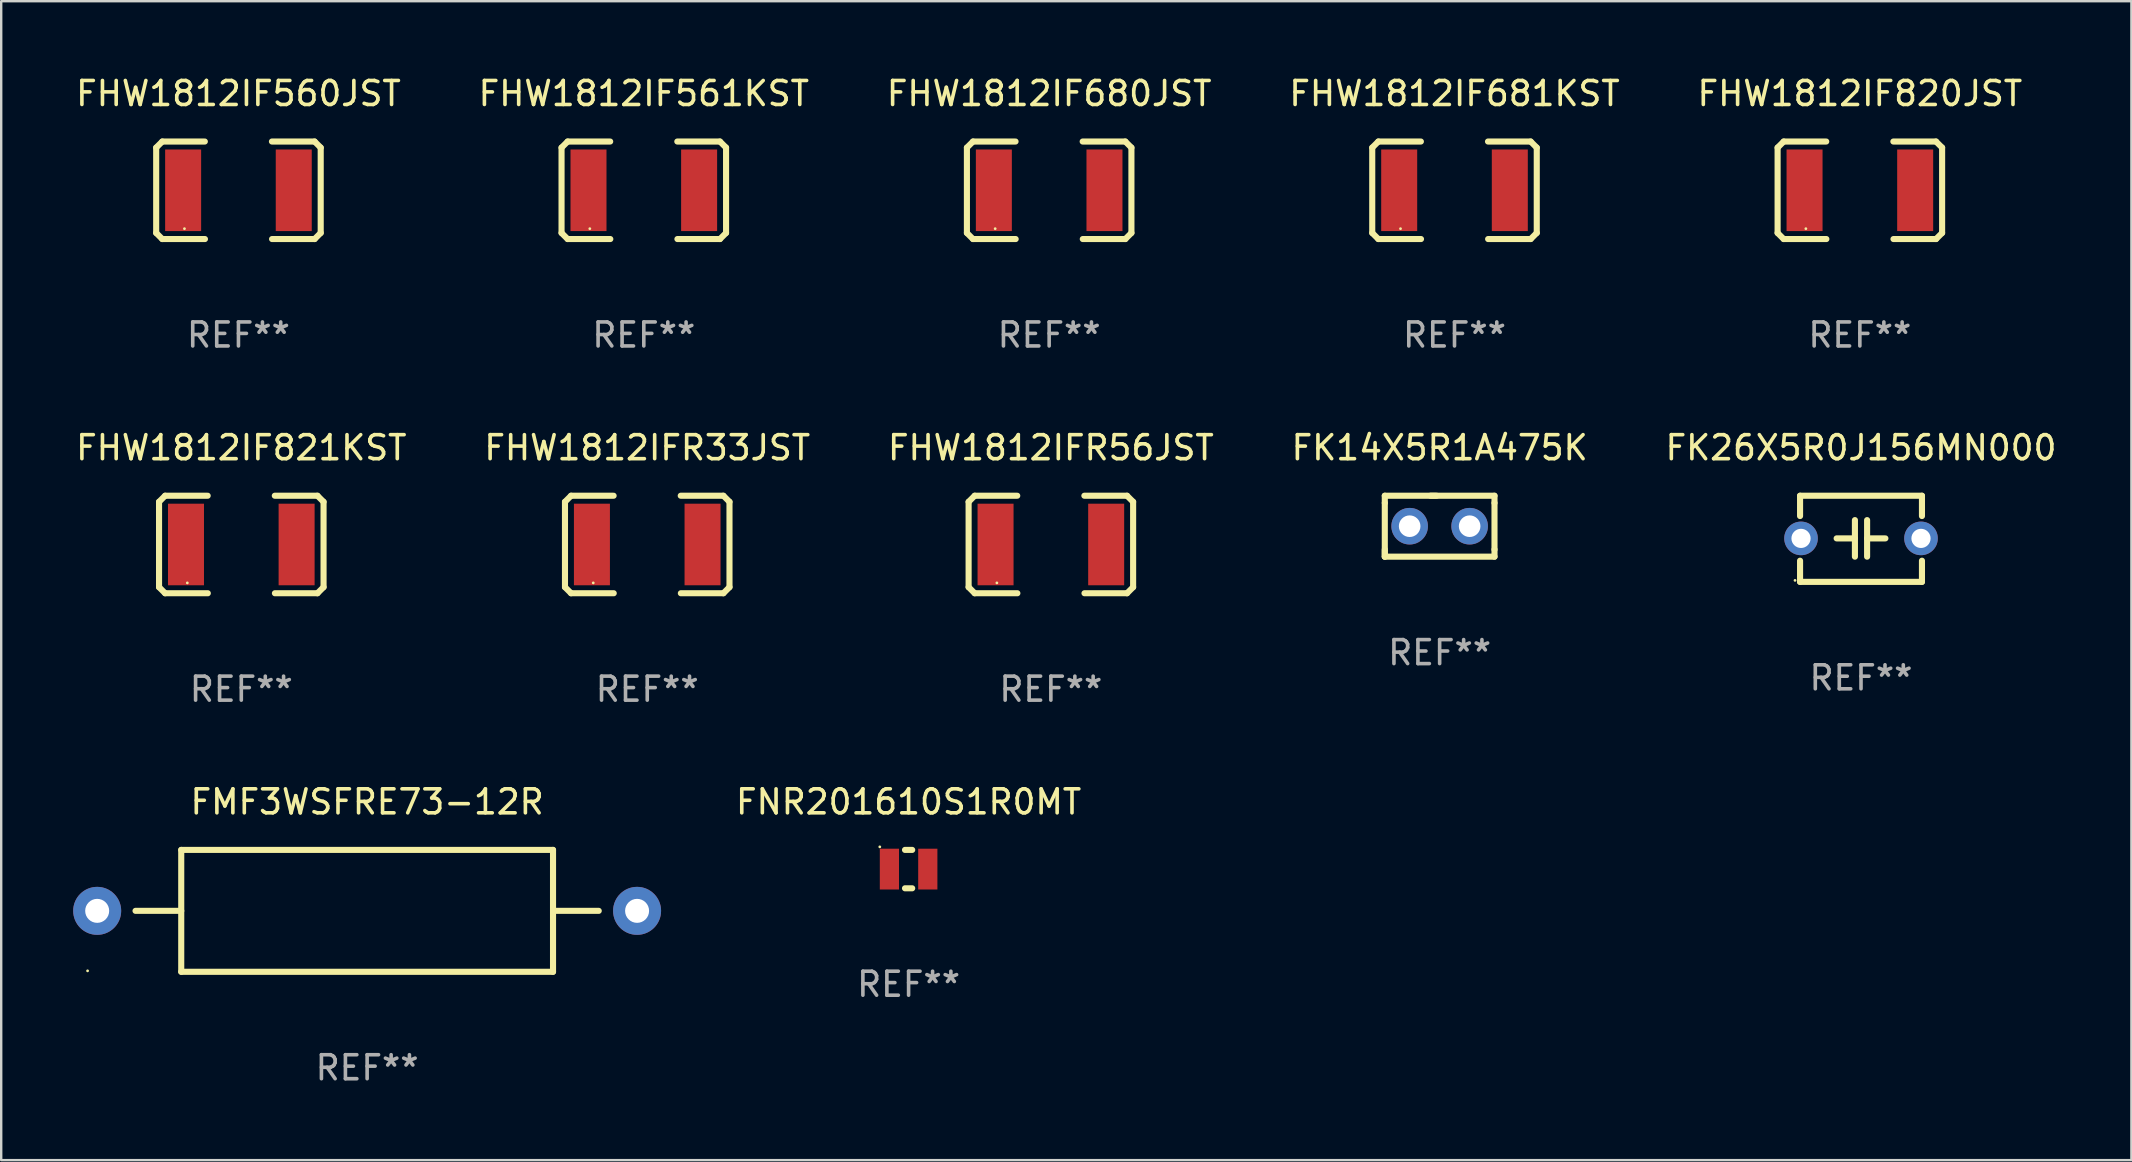
<source format=kicad_pcb>
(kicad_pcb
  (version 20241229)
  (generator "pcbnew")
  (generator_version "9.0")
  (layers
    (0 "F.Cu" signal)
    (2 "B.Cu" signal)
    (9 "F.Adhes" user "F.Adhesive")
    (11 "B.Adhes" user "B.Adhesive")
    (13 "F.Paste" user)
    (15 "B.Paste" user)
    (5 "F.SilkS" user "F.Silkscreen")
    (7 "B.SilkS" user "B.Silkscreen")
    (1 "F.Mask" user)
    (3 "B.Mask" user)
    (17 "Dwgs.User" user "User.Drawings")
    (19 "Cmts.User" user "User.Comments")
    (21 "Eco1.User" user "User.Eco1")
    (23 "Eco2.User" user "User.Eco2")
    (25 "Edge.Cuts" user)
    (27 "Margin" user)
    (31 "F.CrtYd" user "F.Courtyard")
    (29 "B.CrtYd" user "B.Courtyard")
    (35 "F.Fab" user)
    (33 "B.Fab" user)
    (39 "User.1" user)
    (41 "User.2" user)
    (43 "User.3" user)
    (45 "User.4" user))
  (footprint "FK26X5R0J156MN000"
    (layer "F.Cu")
    (at 74.506 19.404)
    (property "Reference" "FK26X5R0J156MN000" (at 0 -3.795 0) (layer "F.SilkS") (effects (font (size 1 1) (thickness 0.15))))
    (attr through_hole)
    (fp_line (start -2.54 -1.795) (end 2.54 -1.795) (stroke (width 0.254) (type solid)) (layer "F.SilkS"))
    (fp_line (start -2.54 -0.948) (end -2.54 -1.795) (stroke (width 0.254) (type solid)) (layer "F.SilkS"))
    (fp_line (start -2.54 1.795) (end -2.54 0.913) (stroke (width 0.254) (type solid)) (layer "F.SilkS"))
    (fp_line (start -1.016 -0.017) (end -0.254 -0.017) (stroke (width 0.254) (type solid)) (layer "F.SilkS"))
    (fp_line (start -0.254 0.745) (end -0.254 -0.779) (stroke (width 0.254) (type solid)) (layer "F.SilkS"))
    (fp_line (start 0.254 -0.779) (end 0.254 0.745) (stroke (width 0.254) (type solid)) (layer "F.SilkS"))
    (fp_line (start 1.016 -0.017) (end 0.254 -0.017) (stroke (width 0.254) (type solid)) (layer "F.SilkS"))
    (fp_line (start 2.54 -1.795) (end 2.54 -0.948) (stroke (width 0.254) (type solid)) (layer "F.SilkS"))
    (fp_line (start 2.54 1.795) (end -2.54 1.795) (stroke (width 0.254) (type solid)) (layer "F.SilkS"))
    (fp_line (start 2.54 1.795) (end 2.54 0.913) (stroke (width 0.254) (type solid)) (layer "F.SilkS"))
    (fp_circle (center -2.75 1.733) (end -2.72 1.733) (stroke (width 0.06) (type solid)) (fill no) (layer "F.SilkS"))
    (fp_text user "REF**" (at 0 5.795 0) (layer "F.Fab") (effects (font (size 1 1) (thickness 0.15))))
    (pad "1" thru_hole circle (at -2.5 -0.017) (size 1.4 1.4) (drill 0.8) (layers "*.Cu" "*.Mask"))
    (pad "2" thru_hole circle (at 2.5 -0.017) (size 1.4 1.4) (drill 0.8) (layers "*.Cu" "*.Mask")))
  (footprint "FHW1812IF821KST"
    (layer "F.Cu")
    (at 7.006 19.641)
    (property "Reference" "FHW1812IF821KST" (at 0 -4.032 0) (layer "F.SilkS") (effects (font (size 1 1) (thickness 0.15))))
    (attr through_hole)
    (fp_line (start -3.428 -1.778) (end -3.174 -2.032) (stroke (width 0.254) (type solid)) (layer "F.SilkS"))
    (fp_line (start -3.428 1.778) (end -3.428 -1.778) (stroke (width 0.254) (type solid)) (layer "F.SilkS"))
    (fp_line (start -3.174 -2.032) (end -1.401 -2.032) (stroke (width 0.254) (type solid)) (layer "F.SilkS"))
    (fp_line (start -3.174 2.032) (end -3.428 1.778) (stroke (width 0.254) (type solid)) (layer "F.SilkS"))
    (fp_line (start -1.396 2.032) (end -3.174 2.032) (stroke (width 0.254) (type solid)) (layer "F.SilkS"))
    (fp_line (start 1.396 -2.032) (end 3.174 -2.032) (stroke (width 0.254) (type solid)) (layer "F.SilkS"))
    (fp_line (start 3.174 -2.032) (end 3.428 -1.778) (stroke (width 0.254) (type solid)) (layer "F.SilkS"))
    (fp_line (start 3.174 2.032) (end 1.401 2.032) (stroke (width 0.254) (type solid)) (layer "F.SilkS"))
    (fp_line (start 3.428 -1.778) (end 3.428 1.778) (stroke (width 0.254) (type solid)) (layer "F.SilkS"))
    (fp_line (start 3.428 1.778) (end 3.174 2.032) (stroke (width 0.254) (type solid)) (layer "F.SilkS"))
    (fp_circle (center -2.25 1.6) (end -2.22 1.6) (stroke (width 0.06) (type solid)) (fill no) (layer "F.SilkS"))
    (fp_text user "REF**" (at 0 6.032 0) (layer "F.Fab") (effects (font (size 1 1) (thickness 0.15))))
    (pad "1" smd rect (at -2.305 0) (size 1.5 3.4) (layers "F.Cu" "F.Mask" "F.Paste"))
    (pad "2" smd rect (at 2.305 0) (size 1.5 3.4) (layers "F.Cu" "F.Mask" "F.Paste")))
  (footprint "FHW1812IF680JST"
    (layer "F.Cu")
    (at 40.673 4.88)
    (property "Reference" "FHW1812IF680JST" (at 0 -4.032 0) (layer "F.SilkS") (effects (font (size 1 1) (thickness 0.15))))
    (attr through_hole)
    (fp_line (start -3.428 -1.778) (end -3.174 -2.032) (stroke (width 0.254) (type solid)) (layer "F.SilkS"))
    (fp_line (start -3.428 1.778) (end -3.428 -1.778) (stroke (width 0.254) (type solid)) (layer "F.SilkS"))
    (fp_line (start -3.174 -2.032) (end -1.401 -2.032) (stroke (width 0.254) (type solid)) (layer "F.SilkS"))
    (fp_line (start -3.174 2.032) (end -3.428 1.778) (stroke (width 0.254) (type solid)) (layer "F.SilkS"))
    (fp_line (start -1.396 2.032) (end -3.174 2.032) (stroke (width 0.254) (type solid)) (layer "F.SilkS"))
    (fp_line (start 1.396 -2.032) (end 3.174 -2.032) (stroke (width 0.254) (type solid)) (layer "F.SilkS"))
    (fp_line (start 3.174 -2.032) (end 3.428 -1.778) (stroke (width 0.254) (type solid)) (layer "F.SilkS"))
    (fp_line (start 3.174 2.032) (end 1.401 2.032) (stroke (width 0.254) (type solid)) (layer "F.SilkS"))
    (fp_line (start 3.428 -1.778) (end 3.428 1.778) (stroke (width 0.254) (type solid)) (layer "F.SilkS"))
    (fp_line (start 3.428 1.778) (end 3.174 2.032) (stroke (width 0.254) (type solid)) (layer "F.SilkS"))
    (fp_circle (center -2.25 1.6) (end -2.22 1.6) (stroke (width 0.06) (type solid)) (fill no) (layer "F.SilkS"))
    (fp_text user "REF**" (at 0 6.032 0) (layer "F.Fab") (effects (font (size 1 1) (thickness 0.15))))
    (pad "1" smd rect (at -2.305 0) (size 1.5 3.4) (layers "F.Cu" "F.Mask" "F.Paste"))
    (pad "2" smd rect (at 2.305 0) (size 1.5 3.4) (layers "F.Cu" "F.Mask" "F.Paste")))
  (footprint "FK14X5R1A475K"
    (layer "F.Cu")
    (at 56.946 18.879)
    (property "Reference" "FK14X5R1A475K" (at 0 -3.27 0) (layer "F.SilkS") (effects (font (size 1 1) (thickness 0.15))))
    (attr through_hole)
    (fp_line (start -2.286 -1.27) (end -0.127 -1.27) (stroke (width 0.254) (type solid)) (layer "F.SilkS"))
    (fp_line (start -2.286 -0.97) (end -2.286 -1.27) (stroke (width 0.254) (type solid)) (layer "F.SilkS"))
    (fp_line (start -2.286 -0.97) (end -2.286 1.27) (stroke (width 0.254) (type solid)) (layer "F.SilkS"))
    (fp_line (start -2.286 1.27) (end -2.286 0.97) (stroke (width 0.254) (type solid)) (layer "F.SilkS"))
    (fp_line (start -0.381 -1.27) (end 2.286 -1.27) (stroke (width 0.254) (type solid)) (layer "F.SilkS"))
    (fp_line (start 2.286 -1.27) (end 2.286 -0.97) (stroke (width 0.254) (type solid)) (layer "F.SilkS"))
    (fp_line (start 2.286 0.97) (end 2.286 -0.97) (stroke (width 0.254) (type solid)) (layer "F.SilkS"))
    (fp_line (start 2.286 0.97) (end 2.286 1.27) (stroke (width 0.254) (type solid)) (layer "F.SilkS"))
    (fp_line (start 2.286 1.27) (end -2.286 1.27) (stroke (width 0.254) (type solid)) (layer "F.SilkS"))
    (fp_circle (center -2.25 1.25) (end -2.22 1.25) (stroke (width 0.06) (type solid)) (fill no) (layer "F.SilkS"))
    (fp_text user "REF**" (at 0 5.27 0) (layer "F.Fab") (effects (font (size 1 1) (thickness 0.15))))
    (pad "1" thru_hole circle (at -1.25 0) (size 1.524 1.524) (drill 0.9) (layers "*.Cu" "*.Mask"))
    (pad "2" thru_hole circle (at 1.25 0) (size 1.524 1.524) (drill 0.9) (layers "*.Cu" "*.Mask")))
  (footprint "FHW1812IFR56JST"
    (layer "F.Cu")
    (at 40.744 19.641)
    (property "Reference" "FHW1812IFR56JST" (at 0 -4.032 0) (layer "F.SilkS") (effects (font (size 1 1) (thickness 0.15))))
    (attr through_hole)
    (fp_line (start -3.428 -1.778) (end -3.174 -2.032) (stroke (width 0.254) (type solid)) (layer "F.SilkS"))
    (fp_line (start -3.428 1.778) (end -3.428 -1.778) (stroke (width 0.254) (type solid)) (layer "F.SilkS"))
    (fp_line (start -3.174 -2.032) (end -1.401 -2.032) (stroke (width 0.254) (type solid)) (layer "F.SilkS"))
    (fp_line (start -3.174 2.032) (end -3.428 1.778) (stroke (width 0.254) (type solid)) (layer "F.SilkS"))
    (fp_line (start -1.396 2.032) (end -3.174 2.032) (stroke (width 0.254) (type solid)) (layer "F.SilkS"))
    (fp_line (start 1.396 -2.032) (end 3.174 -2.032) (stroke (width 0.254) (type solid)) (layer "F.SilkS"))
    (fp_line (start 3.174 -2.032) (end 3.428 -1.778) (stroke (width 0.254) (type solid)) (layer "F.SilkS"))
    (fp_line (start 3.174 2.032) (end 1.401 2.032) (stroke (width 0.254) (type solid)) (layer "F.SilkS"))
    (fp_line (start 3.428 -1.778) (end 3.428 1.778) (stroke (width 0.254) (type solid)) (layer "F.SilkS"))
    (fp_line (start 3.428 1.778) (end 3.174 2.032) (stroke (width 0.254) (type solid)) (layer "F.SilkS"))
    (fp_circle (center -2.25 1.6) (end -2.22 1.6) (stroke (width 0.06) (type solid)) (fill no) (layer "F.SilkS"))
    (fp_text user "REF**" (at 0 6.032 0) (layer "F.Fab") (effects (font (size 1 1) (thickness 0.15))))
    (pad "1" smd rect (at -2.305 0) (size 1.5 3.4) (layers "F.Cu" "F.Mask" "F.Paste"))
    (pad "2" smd rect (at 2.305 0) (size 1.5 3.4) (layers "F.Cu" "F.Mask" "F.Paste")))
  (footprint "FHW1812IF560JST"
    (layer "F.Cu")
    (at 6.887 4.88)
    (property "Reference" "FHW1812IF560JST" (at 0 -4.032 0) (layer "F.SilkS") (effects (font (size 1 1) (thickness 0.15))))
    (attr through_hole)
    (fp_line (start -3.428 -1.778) (end -3.174 -2.032) (stroke (width 0.254) (type solid)) (layer "F.SilkS"))
    (fp_line (start -3.428 1.778) (end -3.428 -1.778) (stroke (width 0.254) (type solid)) (layer "F.SilkS"))
    (fp_line (start -3.174 -2.032) (end -1.401 -2.032) (stroke (width 0.254) (type solid)) (layer "F.SilkS"))
    (fp_line (start -3.174 2.032) (end -3.428 1.778) (stroke (width 0.254) (type solid)) (layer "F.SilkS"))
    (fp_line (start -1.396 2.032) (end -3.174 2.032) (stroke (width 0.254) (type solid)) (layer "F.SilkS"))
    (fp_line (start 1.396 -2.032) (end 3.174 -2.032) (stroke (width 0.254) (type solid)) (layer "F.SilkS"))
    (fp_line (start 3.174 -2.032) (end 3.428 -1.778) (stroke (width 0.254) (type solid)) (layer "F.SilkS"))
    (fp_line (start 3.174 2.032) (end 1.401 2.032) (stroke (width 0.254) (type solid)) (layer "F.SilkS"))
    (fp_line (start 3.428 -1.778) (end 3.428 1.778) (stroke (width 0.254) (type solid)) (layer "F.SilkS"))
    (fp_line (start 3.428 1.778) (end 3.174 2.032) (stroke (width 0.254) (type solid)) (layer "F.SilkS"))
    (fp_circle (center -2.25 1.6) (end -2.22 1.6) (stroke (width 0.06) (type solid)) (fill no) (layer "F.SilkS"))
    (fp_text user "REF**" (at 0 6.032 0) (layer "F.Fab") (effects (font (size 1 1) (thickness 0.15))))
    (pad "1" smd rect (at -2.305 0) (size 1.5 3.4) (layers "F.Cu" "F.Mask" "F.Paste"))
    (pad "2" smd rect (at 2.305 0) (size 1.5 3.4) (layers "F.Cu" "F.Mask" "F.Paste")))
  (footprint "FHW1812IF820JST"
    (layer "F.Cu")
    (at 74.458 4.88)
    (property "Reference" "FHW1812IF820JST" (at 0 -4.032 0) (layer "F.SilkS") (effects (font (size 1 1) (thickness 0.15))))
    (attr through_hole)
    (fp_line (start -3.428 -1.778) (end -3.174 -2.032) (stroke (width 0.254) (type solid)) (layer "F.SilkS"))
    (fp_line (start -3.428 1.778) (end -3.428 -1.778) (stroke (width 0.254) (type solid)) (layer "F.SilkS"))
    (fp_line (start -3.174 -2.032) (end -1.401 -2.032) (stroke (width 0.254) (type solid)) (layer "F.SilkS"))
    (fp_line (start -3.174 2.032) (end -3.428 1.778) (stroke (width 0.254) (type solid)) (layer "F.SilkS"))
    (fp_line (start -1.396 2.032) (end -3.174 2.032) (stroke (width 0.254) (type solid)) (layer "F.SilkS"))
    (fp_line (start 1.396 -2.032) (end 3.174 -2.032) (stroke (width 0.254) (type solid)) (layer "F.SilkS"))
    (fp_line (start 3.174 -2.032) (end 3.428 -1.778) (stroke (width 0.254) (type solid)) (layer "F.SilkS"))
    (fp_line (start 3.174 2.032) (end 1.401 2.032) (stroke (width 0.254) (type solid)) (layer "F.SilkS"))
    (fp_line (start 3.428 -1.778) (end 3.428 1.778) (stroke (width 0.254) (type solid)) (layer "F.SilkS"))
    (fp_line (start 3.428 1.778) (end 3.174 2.032) (stroke (width 0.254) (type solid)) (layer "F.SilkS"))
    (fp_circle (center -2.25 1.6) (end -2.22 1.6) (stroke (width 0.06) (type solid)) (fill no) (layer "F.SilkS"))
    (fp_text user "REF**" (at 0 6.032 0) (layer "F.Fab") (effects (font (size 1 1) (thickness 0.15))))
    (pad "1" smd rect (at -2.305 0) (size 1.5 3.4) (layers "F.Cu" "F.Mask" "F.Paste"))
    (pad "2" smd rect (at 2.305 0) (size 1.5 3.4) (layers "F.Cu" "F.Mask" "F.Paste")))
  (footprint "FNR201610S1R0MT"
    (layer "F.Cu")
    (at 34.815 33.169)
    (property "Reference" "FNR201610S1R0MT" (at 0 -2.8 0) (layer "F.SilkS") (effects (font (size 1 1) (thickness 0.15))))
    (attr through_hole)
    (fp_line (start -0.15 -0.8) (end 0.15 -0.8) (stroke (width 0.254) (type solid)) (layer "F.SilkS"))
    (fp_line (start -0.15 0.8) (end 0.15 0.8) (stroke (width 0.254) (type solid)) (layer "F.SilkS"))
    (fp_circle (center -1.2 -0.927) (end -1.17 -0.927) (stroke (width 0.06) (type solid)) (fill no) (layer "F.SilkS"))
    (fp_text user "REF**" (at 0 4.8 0) (layer "F.Fab") (effects (font (size 1 1) (thickness 0.15))))
    (pad "1" smd rect (at -0.8 -0.000127) (size 0.8 1.7) (layers "F.Cu" "F.Mask" "F.Paste"))
    (pad "2" smd rect (at 0.8 0.000127) (size 0.8 1.7) (layers "F.Cu" "F.Mask" "F.Paste")))
  (footprint "FHW1812IF681KST"
    (layer "F.Cu")
    (at 57.565 4.88)
    (property "Reference" "FHW1812IF681KST" (at 0 -4.032 0) (layer "F.SilkS") (effects (font (size 1 1) (thickness 0.15))))
    (attr through_hole)
    (fp_line (start -3.428 -1.778) (end -3.174 -2.032) (stroke (width 0.254) (type solid)) (layer "F.SilkS"))
    (fp_line (start -3.428 1.778) (end -3.428 -1.778) (stroke (width 0.254) (type solid)) (layer "F.SilkS"))
    (fp_line (start -3.174 -2.032) (end -1.401 -2.032) (stroke (width 0.254) (type solid)) (layer "F.SilkS"))
    (fp_line (start -3.174 2.032) (end -3.428 1.778) (stroke (width 0.254) (type solid)) (layer "F.SilkS"))
    (fp_line (start -1.396 2.032) (end -3.174 2.032) (stroke (width 0.254) (type solid)) (layer "F.SilkS"))
    (fp_line (start 1.396 -2.032) (end 3.174 -2.032) (stroke (width 0.254) (type solid)) (layer "F.SilkS"))
    (fp_line (start 3.174 -2.032) (end 3.428 -1.778) (stroke (width 0.254) (type solid)) (layer "F.SilkS"))
    (fp_line (start 3.174 2.032) (end 1.401 2.032) (stroke (width 0.254) (type solid)) (layer "F.SilkS"))
    (fp_line (start 3.428 -1.778) (end 3.428 1.778) (stroke (width 0.254) (type solid)) (layer "F.SilkS"))
    (fp_line (start 3.428 1.778) (end 3.174 2.032) (stroke (width 0.254) (type solid)) (layer "F.SilkS"))
    (fp_circle (center -2.25 1.6) (end -2.22 1.6) (stroke (width 0.06) (type solid)) (fill no) (layer "F.SilkS"))
    (fp_text user "REF**" (at 0 6.032 0) (layer "F.Fab") (effects (font (size 1 1) (thickness 0.15))))
    (pad "1" smd rect (at -2.305 0) (size 1.5 3.4) (layers "F.Cu" "F.Mask" "F.Paste"))
    (pad "2" smd rect (at 2.305 0) (size 1.5 3.4) (layers "F.Cu" "F.Mask" "F.Paste")))
  (footprint "FHW1812IF561KST"
    (layer "F.Cu")
    (at 23.78 4.88)
    (property "Reference" "FHW1812IF561KST" (at 0 -4.032 0) (layer "F.SilkS") (effects (font (size 1 1) (thickness 0.15))))
    (attr through_hole)
    (fp_line (start -3.428 -1.778) (end -3.174 -2.032) (stroke (width 0.254) (type solid)) (layer "F.SilkS"))
    (fp_line (start -3.428 1.778) (end -3.428 -1.778) (stroke (width 0.254) (type solid)) (layer "F.SilkS"))
    (fp_line (start -3.174 -2.032) (end -1.401 -2.032) (stroke (width 0.254) (type solid)) (layer "F.SilkS"))
    (fp_line (start -3.174 2.032) (end -3.428 1.778) (stroke (width 0.254) (type solid)) (layer "F.SilkS"))
    (fp_line (start -1.396 2.032) (end -3.174 2.032) (stroke (width 0.254) (type solid)) (layer "F.SilkS"))
    (fp_line (start 1.396 -2.032) (end 3.174 -2.032) (stroke (width 0.254) (type solid)) (layer "F.SilkS"))
    (fp_line (start 3.174 -2.032) (end 3.428 -1.778) (stroke (width 0.254) (type solid)) (layer "F.SilkS"))
    (fp_line (start 3.174 2.032) (end 1.401 2.032) (stroke (width 0.254) (type solid)) (layer "F.SilkS"))
    (fp_line (start 3.428 -1.778) (end 3.428 1.778) (stroke (width 0.254) (type solid)) (layer "F.SilkS"))
    (fp_line (start 3.428 1.778) (end 3.174 2.032) (stroke (width 0.254) (type solid)) (layer "F.SilkS"))
    (fp_circle (center -2.25 1.6) (end -2.22 1.6) (stroke (width 0.06) (type solid)) (fill no) (layer "F.SilkS"))
    (fp_text user "REF**" (at 0 6.032 0) (layer "F.Fab") (effects (font (size 1 1) (thickness 0.15))))
    (pad "1" smd rect (at -2.305 0) (size 1.5 3.4) (layers "F.Cu" "F.Mask" "F.Paste"))
    (pad "2" smd rect (at 2.305 0) (size 1.5 3.4) (layers "F.Cu" "F.Mask" "F.Paste")))
  (footprint "FMF3WSFRE73-12R"
    (layer "F.Cu")
    (at 12.25 34.909)
    (property "Reference" "FMF3WSFRE73-12R" (at 0 -4.54 0) (layer "F.SilkS") (effects (font (size 1 1) (thickness 0.15))))
    (attr through_hole)
    (fp_line (start -9.652 0) (end -7.747 0) (stroke (width 0.254) (type solid)) (layer "F.SilkS"))
    (fp_line (start -7.747 -2.54) (end -7.747 2.54) (stroke (width 0.254) (type solid)) (layer "F.SilkS"))
    (fp_line (start -7.747 2.54) (end 7.747 2.54) (stroke (width 0.254) (type solid)) (layer "F.SilkS"))
    (fp_line (start 7.747 -2.54) (end -7.747 -2.54) (stroke (width 0.254) (type solid)) (layer "F.SilkS"))
    (fp_line (start 7.747 2.54) (end 7.747 -2.54) (stroke (width 0.254) (type solid)) (layer "F.SilkS"))
    (fp_line (start 9.652 0) (end 7.747 0) (stroke (width 0.254) (type solid)) (layer "F.SilkS"))
    (fp_circle (center -11.65 2.5) (end -11.62 2.5) (stroke (width 0.06) (type solid)) (fill no) (layer "F.SilkS"))
    (fp_text user "REF**" (at 0 6.54 0) (layer "F.Fab") (effects (font (size 1 1) (thickness 0.15))))
    (pad "1" thru_hole circle (at -11.25 0) (size 2 2) (drill 1) (layers "*.Cu" "*.Mask"))
    (pad "2" thru_hole circle (at 11.25 0) (size 2 2) (drill 1) (layers "*.Cu" "*.Mask")))
  (footprint "FHW1812IFR33JST"
    (layer "F.Cu")
    (at 23.923 19.641)
    (property "Reference" "FHW1812IFR33JST" (at 0 -4.032 0) (layer "F.SilkS") (effects (font (size 1 1) (thickness 0.15))))
    (attr through_hole)
    (fp_line (start -3.428 -1.778) (end -3.174 -2.032) (stroke (width 0.254) (type solid)) (layer "F.SilkS"))
    (fp_line (start -3.428 1.778) (end -3.428 -1.778) (stroke (width 0.254) (type solid)) (layer "F.SilkS"))
    (fp_line (start -3.174 -2.032) (end -1.401 -2.032) (stroke (width 0.254) (type solid)) (layer "F.SilkS"))
    (fp_line (start -3.174 2.032) (end -3.428 1.778) (stroke (width 0.254) (type solid)) (layer "F.SilkS"))
    (fp_line (start -1.396 2.032) (end -3.174 2.032) (stroke (width 0.254) (type solid)) (layer "F.SilkS"))
    (fp_line (start 1.396 -2.032) (end 3.174 -2.032) (stroke (width 0.254) (type solid)) (layer "F.SilkS"))
    (fp_line (start 3.174 -2.032) (end 3.428 -1.778) (stroke (width 0.254) (type solid)) (layer "F.SilkS"))
    (fp_line (start 3.174 2.032) (end 1.401 2.032) (stroke (width 0.254) (type solid)) (layer "F.SilkS"))
    (fp_line (start 3.428 -1.778) (end 3.428 1.778) (stroke (width 0.254) (type solid)) (layer "F.SilkS"))
    (fp_line (start 3.428 1.778) (end 3.174 2.032) (stroke (width 0.254) (type solid)) (layer "F.SilkS"))
    (fp_circle (center -2.25 1.6) (end -2.22 1.6) (stroke (width 0.06) (type solid)) (fill no) (layer "F.SilkS"))
    (fp_text user "REF**" (at 0 6.032 0) (layer "F.Fab") (effects (font (size 1 1) (thickness 0.15))))
    (pad "1" smd rect (at -2.305 0) (size 1.5 3.4) (layers "F.Cu" "F.Mask" "F.Paste"))
    (pad "2" smd rect (at 2.305 0) (size 1.5 3.4) (layers "F.Cu" "F.Mask" "F.Paste")))
  (gr_rect
    (start -3 -3)
    (end 85.774 45.298)
    (stroke (width 0.1) (type default))
    (fill no)
    (layer "Edge.Cuts")))
</source>
